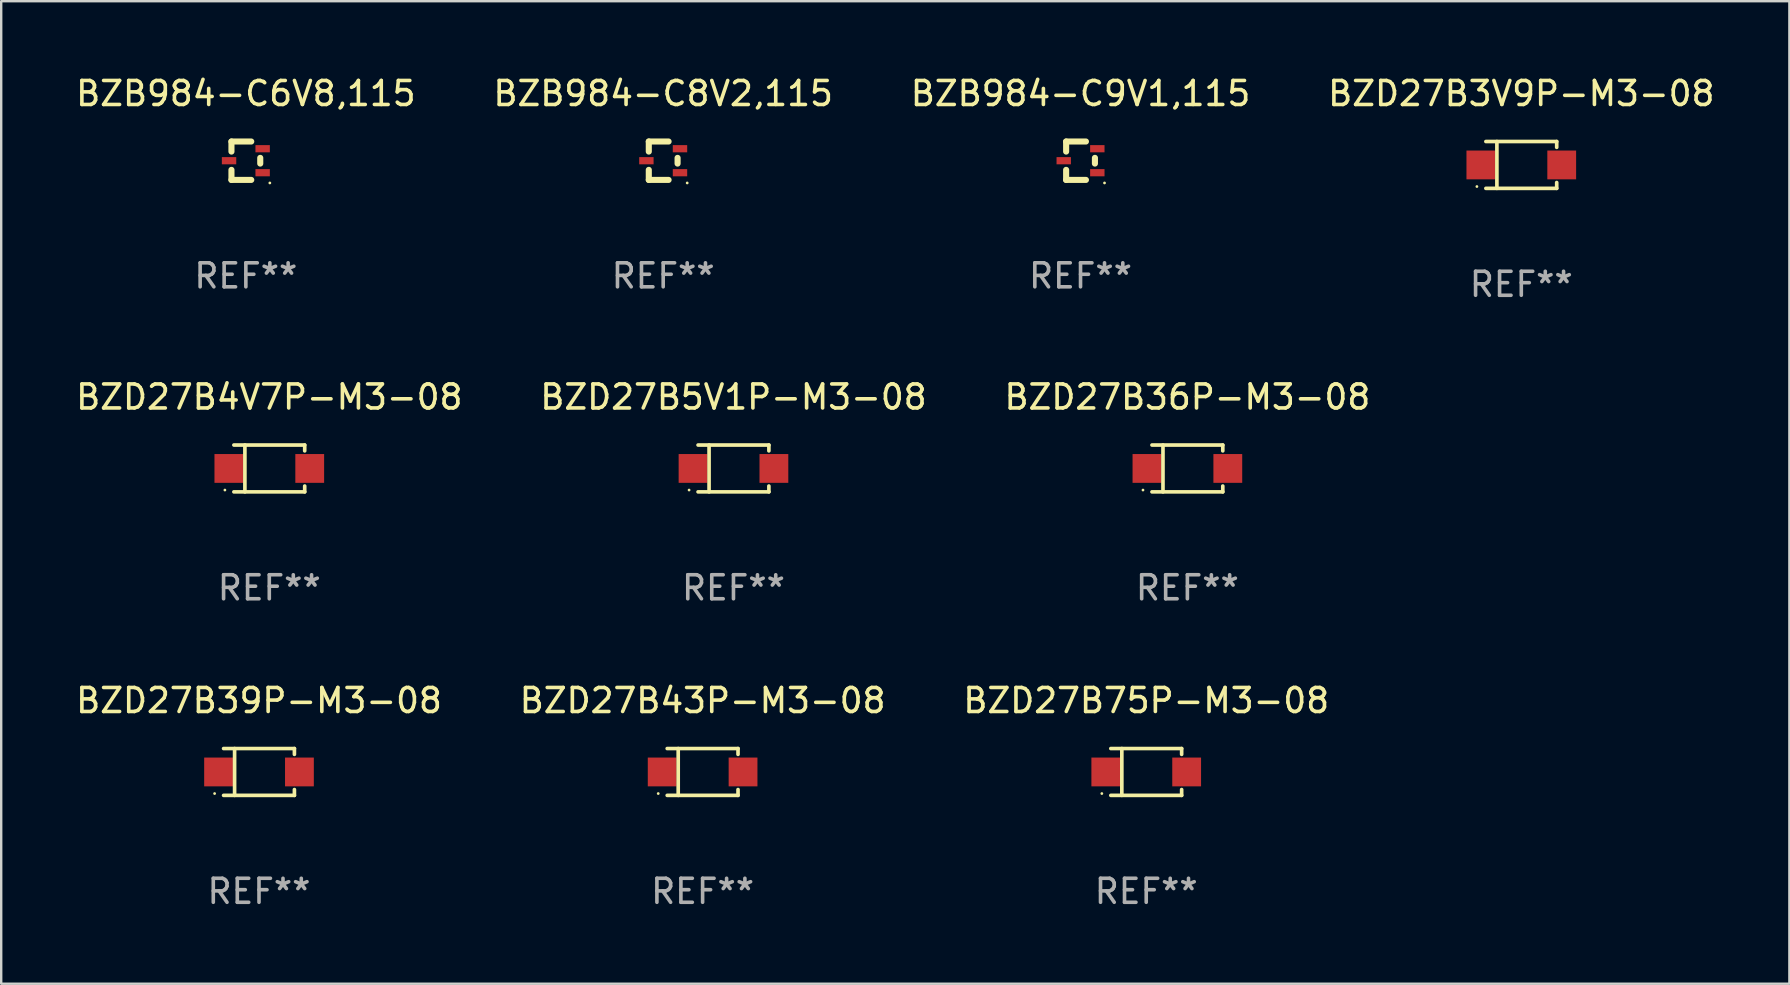
<source format=kicad_pcb>
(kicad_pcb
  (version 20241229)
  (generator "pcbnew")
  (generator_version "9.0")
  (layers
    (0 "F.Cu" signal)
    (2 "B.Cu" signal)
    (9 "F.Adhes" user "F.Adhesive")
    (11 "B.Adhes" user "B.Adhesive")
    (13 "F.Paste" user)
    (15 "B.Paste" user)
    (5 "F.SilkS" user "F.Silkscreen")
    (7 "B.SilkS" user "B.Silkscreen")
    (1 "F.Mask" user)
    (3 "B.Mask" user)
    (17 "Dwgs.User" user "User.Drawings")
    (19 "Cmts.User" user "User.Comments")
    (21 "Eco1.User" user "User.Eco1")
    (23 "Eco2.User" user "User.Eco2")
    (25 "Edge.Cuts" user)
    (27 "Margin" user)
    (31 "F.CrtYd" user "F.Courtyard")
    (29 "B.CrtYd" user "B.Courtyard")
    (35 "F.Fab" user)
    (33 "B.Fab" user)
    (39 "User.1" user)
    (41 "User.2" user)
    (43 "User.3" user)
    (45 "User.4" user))
  (footprint "BZB984-C9V1,115"
    (layer "F.Cu")
    (at 41.982 3.648)
    (property "Reference" "BZB984-C9V1,115" (at 0 -2.8 0) (layer "F.SilkS") (effects (font (size 1 1) (thickness 0.15))))
    (attr through_hole)
    (fp_line (start -0.6 -0.8) (end -0.6 -0.381) (stroke (width 0.254) (type solid)) (layer "F.SilkS"))
    (fp_line (start -0.6 -0.8) (end 0.225 -0.8) (stroke (width 0.254) (type solid)) (layer "F.SilkS"))
    (fp_line (start -0.6 0.381) (end -0.6 0.8) (stroke (width 0.254) (type solid)) (layer "F.SilkS"))
    (fp_line (start -0.6 0.8) (end 0.225 0.8) (stroke (width 0.254) (type solid)) (layer "F.SilkS"))
    (fp_line (start 0.6 -0.119) (end 0.6 0.119) (stroke (width 0.254) (type solid)) (layer "F.SilkS"))
    (fp_circle (center 1 0.927) (end 1.03 0.927) (stroke (width 0.06) (type solid)) (fill no) (layer "F.SilkS"))
    (fp_text user "REF**" (at 0 4.8 0) (layer "F.Fab") (effects (font (size 1 1) (thickness 0.15))))
    (pad "1" smd rect (at 0.7 0.5 180) (size 0.6 0.3) (layers "F.Cu" "F.Mask" "F.Paste"))
    (pad "2" smd rect (at 0.7 -0.5 180) (size 0.6 0.3) (layers "F.Cu" "F.Mask" "F.Paste"))
    (pad "3" smd rect (at -0.7 -0.000051 180) (size 0.6 0.3) (layers "F.Cu" "F.Mask" "F.Paste")))
  (footprint "BZB984-C8V2,115"
    (layer "F.Cu")
    (at 24.589 3.648)
    (property "Reference" "BZB984-C8V2,115" (at 0 -2.8 0) (layer "F.SilkS") (effects (font (size 1 1) (thickness 0.15))))
    (attr through_hole)
    (fp_line (start -0.6 -0.8) (end -0.6 -0.381) (stroke (width 0.254) (type solid)) (layer "F.SilkS"))
    (fp_line (start -0.6 -0.8) (end 0.225 -0.8) (stroke (width 0.254) (type solid)) (layer "F.SilkS"))
    (fp_line (start -0.6 0.381) (end -0.6 0.8) (stroke (width 0.254) (type solid)) (layer "F.SilkS"))
    (fp_line (start -0.6 0.8) (end 0.225 0.8) (stroke (width 0.254) (type solid)) (layer "F.SilkS"))
    (fp_line (start 0.6 -0.119) (end 0.6 0.119) (stroke (width 0.254) (type solid)) (layer "F.SilkS"))
    (fp_circle (center 1 0.927) (end 1.03 0.927) (stroke (width 0.06) (type solid)) (fill no) (layer "F.SilkS"))
    (fp_text user "REF**" (at 0 4.8 0) (layer "F.Fab") (effects (font (size 1 1) (thickness 0.15))))
    (pad "1" smd rect (at 0.7 0.5 180) (size 0.6 0.3) (layers "F.Cu" "F.Mask" "F.Paste"))
    (pad "2" smd rect (at 0.7 -0.5 180) (size 0.6 0.3) (layers "F.Cu" "F.Mask" "F.Paste"))
    (pad "3" smd rect (at -0.7 -0.000051 180) (size 0.6 0.3) (layers "F.Cu" "F.Mask" "F.Paste")))
  (footprint "BZD27B36P-M3-08"
    (layer "F.Cu")
    (at 46.435 16.473)
    (property "Reference" "BZD27B36P-M3-08" (at 0 -2.976 0) (layer "F.SilkS") (effects (font (size 1 1) (thickness 0.15))))
    (attr through_hole)
    (fp_line (start -1.476 -0.976) (end 1.476 -0.976) (stroke (width 0.152) (type solid)) (layer "F.SilkS"))
    (fp_line (start -1.476 0.976) (end 1.476 0.976) (stroke (width 0.152) (type solid)) (layer "F.SilkS"))
    (fp_line (start -1.017 -0.976) (end -1.017 0.976) (stroke (width 0.152) (type solid)) (layer "F.SilkS"))
    (fp_line (start 1.476 -0.976) (end 1.476 -0.733) (stroke (width 0.152) (type solid)) (layer "F.SilkS"))
    (fp_line (start 1.476 0.976) (end 1.476 0.733) (stroke (width 0.152) (type solid)) (layer "F.SilkS"))
    (fp_circle (center -1.85 0.9) (end -1.82 0.9) (stroke (width 0.06) (type solid)) (fill no) (layer "F.SilkS"))
    (fp_text user "REF**" (at 0 4.976 0) (layer "F.Fab") (effects (font (size 1 1) (thickness 0.15))))
    (pad "1" smd rect (at -1.685 0) (size 1.2 1.2) (layers "F.Cu" "F.Mask" "F.Paste"))
    (pad "2" smd rect (at 1.685 0) (size 1.2 1.2) (layers "F.Cu" "F.Mask" "F.Paste")))
  (footprint "BZD27B4V7P-M3-08"
    (layer "F.Cu")
    (at 8.173 16.473)
    (property "Reference" "BZD27B4V7P-M3-08" (at 0 -2.976 0) (layer "F.SilkS") (effects (font (size 1 1) (thickness 0.15))))
    (attr through_hole)
    (fp_line (start -1.476 -0.976) (end 1.476 -0.976) (stroke (width 0.152) (type solid)) (layer "F.SilkS"))
    (fp_line (start -1.476 0.976) (end 1.476 0.976) (stroke (width 0.152) (type solid)) (layer "F.SilkS"))
    (fp_line (start -1.017 -0.976) (end -1.017 0.976) (stroke (width 0.152) (type solid)) (layer "F.SilkS"))
    (fp_line (start 1.476 -0.976) (end 1.476 -0.733) (stroke (width 0.152) (type solid)) (layer "F.SilkS"))
    (fp_line (start 1.476 0.976) (end 1.476 0.733) (stroke (width 0.152) (type solid)) (layer "F.SilkS"))
    (fp_circle (center -1.85 0.9) (end -1.82 0.9) (stroke (width 0.06) (type solid)) (fill no) (layer "F.SilkS"))
    (fp_text user "REF**" (at 0 4.976 0) (layer "F.Fab") (effects (font (size 1 1) (thickness 0.15))))
    (pad "1" smd rect (at -1.685 0) (size 1.2 1.2) (layers "F.Cu" "F.Mask" "F.Paste"))
    (pad "2" smd rect (at 1.685 0) (size 1.2 1.2) (layers "F.Cu" "F.Mask" "F.Paste")))
  (footprint "BZB984-C6V8,115"
    (layer "F.Cu")
    (at 7.196 3.648)
    (property "Reference" "BZB984-C6V8,115" (at 0 -2.8 0) (layer "F.SilkS") (effects (font (size 1 1) (thickness 0.15))))
    (attr through_hole)
    (fp_line (start -0.6 -0.8) (end -0.6 -0.381) (stroke (width 0.254) (type solid)) (layer "F.SilkS"))
    (fp_line (start -0.6 -0.8) (end 0.225 -0.8) (stroke (width 0.254) (type solid)) (layer "F.SilkS"))
    (fp_line (start -0.6 0.381) (end -0.6 0.8) (stroke (width 0.254) (type solid)) (layer "F.SilkS"))
    (fp_line (start -0.6 0.8) (end 0.225 0.8) (stroke (width 0.254) (type solid)) (layer "F.SilkS"))
    (fp_line (start 0.6 -0.119) (end 0.6 0.119) (stroke (width 0.254) (type solid)) (layer "F.SilkS"))
    (fp_circle (center 1 0.927) (end 1.03 0.927) (stroke (width 0.06) (type solid)) (fill no) (layer "F.SilkS"))
    (fp_text user "REF**" (at 0 4.8 0) (layer "F.Fab") (effects (font (size 1 1) (thickness 0.15))))
    (pad "1" smd rect (at 0.7 0.5 180) (size 0.6 0.3) (layers "F.Cu" "F.Mask" "F.Paste"))
    (pad "2" smd rect (at 0.7 -0.5 180) (size 0.6 0.3) (layers "F.Cu" "F.Mask" "F.Paste"))
    (pad "3" smd rect (at -0.7 -0.000051 180) (size 0.6 0.3) (layers "F.Cu" "F.Mask" "F.Paste")))
  (footprint "BZD27B75P-M3-08"
    (layer "F.Cu")
    (at 44.72 29.122)
    (property "Reference" "BZD27B75P-M3-08" (at 0 -2.976 0) (layer "F.SilkS") (effects (font (size 1 1) (thickness 0.15))))
    (attr through_hole)
    (fp_line (start -1.476 -0.976) (end 1.476 -0.976) (stroke (width 0.152) (type solid)) (layer "F.SilkS"))
    (fp_line (start -1.476 0.976) (end 1.476 0.976) (stroke (width 0.152) (type solid)) (layer "F.SilkS"))
    (fp_line (start -1.017 -0.976) (end -1.017 0.976) (stroke (width 0.152) (type solid)) (layer "F.SilkS"))
    (fp_line (start 1.476 -0.976) (end 1.476 -0.733) (stroke (width 0.152) (type solid)) (layer "F.SilkS"))
    (fp_line (start 1.476 0.976) (end 1.476 0.733) (stroke (width 0.152) (type solid)) (layer "F.SilkS"))
    (fp_circle (center -1.85 0.9) (end -1.82 0.9) (stroke (width 0.06) (type solid)) (fill no) (layer "F.SilkS"))
    (fp_text user "REF**" (at 0 4.976 0) (layer "F.Fab") (effects (font (size 1 1) (thickness 0.15))))
    (pad "1" smd rect (at -1.685 0) (size 1.2 1.2) (layers "F.Cu" "F.Mask" "F.Paste"))
    (pad "2" smd rect (at 1.685 0) (size 1.2 1.2) (layers "F.Cu" "F.Mask" "F.Paste")))
  (footprint "BZD27B43P-M3-08"
    (layer "F.Cu")
    (at 26.232 29.122)
    (property "Reference" "BZD27B43P-M3-08" (at 0 -2.976 0) (layer "F.SilkS") (effects (font (size 1 1) (thickness 0.15))))
    (attr through_hole)
    (fp_line (start -1.476 -0.976) (end 1.476 -0.976) (stroke (width 0.152) (type solid)) (layer "F.SilkS"))
    (fp_line (start -1.476 0.976) (end 1.476 0.976) (stroke (width 0.152) (type solid)) (layer "F.SilkS"))
    (fp_line (start -1.017 -0.976) (end -1.017 0.976) (stroke (width 0.152) (type solid)) (layer "F.SilkS"))
    (fp_line (start 1.476 -0.976) (end 1.476 -0.733) (stroke (width 0.152) (type solid)) (layer "F.SilkS"))
    (fp_line (start 1.476 0.976) (end 1.476 0.733) (stroke (width 0.152) (type solid)) (layer "F.SilkS"))
    (fp_circle (center -1.85 0.9) (end -1.82 0.9) (stroke (width 0.06) (type solid)) (fill no) (layer "F.SilkS"))
    (fp_text user "REF**" (at 0 4.976 0) (layer "F.Fab") (effects (font (size 1 1) (thickness 0.15))))
    (pad "1" smd rect (at -1.685 0) (size 1.2 1.2) (layers "F.Cu" "F.Mask" "F.Paste"))
    (pad "2" smd rect (at 1.685 0) (size 1.2 1.2) (layers "F.Cu" "F.Mask" "F.Paste")))
  (footprint "BZD27B5V1P-M3-08"
    (layer "F.Cu")
    (at 27.518 16.473)
    (property "Reference" "BZD27B5V1P-M3-08" (at 0 -2.976 0) (layer "F.SilkS") (effects (font (size 1 1) (thickness 0.15))))
    (attr through_hole)
    (fp_line (start -1.476 -0.976) (end 1.476 -0.976) (stroke (width 0.152) (type solid)) (layer "F.SilkS"))
    (fp_line (start -1.476 0.976) (end 1.476 0.976) (stroke (width 0.152) (type solid)) (layer "F.SilkS"))
    (fp_line (start -1.017 -0.976) (end -1.017 0.976) (stroke (width 0.152) (type solid)) (layer "F.SilkS"))
    (fp_line (start 1.476 -0.976) (end 1.476 -0.733) (stroke (width 0.152) (type solid)) (layer "F.SilkS"))
    (fp_line (start 1.476 0.976) (end 1.476 0.733) (stroke (width 0.152) (type solid)) (layer "F.SilkS"))
    (fp_circle (center -1.85 0.9) (end -1.82 0.9) (stroke (width 0.06) (type solid)) (fill no) (layer "F.SilkS"))
    (fp_text user "REF**" (at 0 4.976 0) (layer "F.Fab") (effects (font (size 1 1) (thickness 0.15))))
    (pad "1" smd rect (at -1.685 0) (size 1.2 1.2) (layers "F.Cu" "F.Mask" "F.Paste"))
    (pad "2" smd rect (at 1.685 0) (size 1.2 1.2) (layers "F.Cu" "F.Mask" "F.Paste")))
  (footprint "BZD27B39P-M3-08"
    (layer "F.Cu")
    (at 7.744 29.122)
    (property "Reference" "BZD27B39P-M3-08" (at 0 -2.976 0) (layer "F.SilkS") (effects (font (size 1 1) (thickness 0.15))))
    (attr through_hole)
    (fp_line (start -1.476 -0.976) (end 1.476 -0.976) (stroke (width 0.152) (type solid)) (layer "F.SilkS"))
    (fp_line (start -1.476 0.976) (end 1.476 0.976) (stroke (width 0.152) (type solid)) (layer "F.SilkS"))
    (fp_line (start -1.017 -0.976) (end -1.017 0.976) (stroke (width 0.152) (type solid)) (layer "F.SilkS"))
    (fp_line (start 1.476 -0.976) (end 1.476 -0.733) (stroke (width 0.152) (type solid)) (layer "F.SilkS"))
    (fp_line (start 1.476 0.976) (end 1.476 0.733) (stroke (width 0.152) (type solid)) (layer "F.SilkS"))
    (fp_circle (center -1.85 0.9) (end -1.82 0.9) (stroke (width 0.06) (type solid)) (fill no) (layer "F.SilkS"))
    (fp_text user "REF**" (at 0 4.976 0) (layer "F.Fab") (effects (font (size 1 1) (thickness 0.15))))
    (pad "1" smd rect (at -1.685 0) (size 1.2 1.2) (layers "F.Cu" "F.Mask" "F.Paste"))
    (pad "2" smd rect (at 1.685 0) (size 1.2 1.2) (layers "F.Cu" "F.Mask" "F.Paste")))
  (footprint "BZD27B3V9P-M3-08"
    (layer "F.Cu")
    (at 60.351 3.824)
    (property "Reference" "BZD27B3V9P-M3-08" (at 0 -2.976 0) (layer "F.SilkS") (effects (font (size 1 1) (thickness 0.15))))
    (attr through_hole)
    (fp_line (start -1.476 -0.976) (end 1.476 -0.976) (stroke (width 0.152) (type solid)) (layer "F.SilkS"))
    (fp_line (start -1.476 0.976) (end 1.476 0.976) (stroke (width 0.152) (type solid)) (layer "F.SilkS"))
    (fp_line (start -1.017 -0.976) (end -1.017 0.976) (stroke (width 0.152) (type solid)) (layer "F.SilkS"))
    (fp_line (start 1.476 -0.976) (end 1.476 -0.733) (stroke (width 0.152) (type solid)) (layer "F.SilkS"))
    (fp_line (start 1.476 0.976) (end 1.476 0.733) (stroke (width 0.152) (type solid)) (layer "F.SilkS"))
    (fp_circle (center -1.85 0.9) (end -1.82 0.9) (stroke (width 0.06) (type solid)) (fill no) (layer "F.SilkS"))
    (fp_text user "REF**" (at 0 4.976 0) (layer "F.Fab") (effects (font (size 1 1) (thickness 0.15))))
    (pad "1" smd rect (at -1.685 0) (size 1.2 1.2) (layers "F.Cu" "F.Mask" "F.Paste"))
    (pad "2" smd rect (at 1.685 0) (size 1.2 1.2) (layers "F.Cu" "F.Mask" "F.Paste")))
  (gr_rect
    (start -3 -3)
    (end 71.524 37.947)
    (stroke (width 0.1) (type default))
    (fill no)
    (layer "Edge.Cuts")))
</source>
